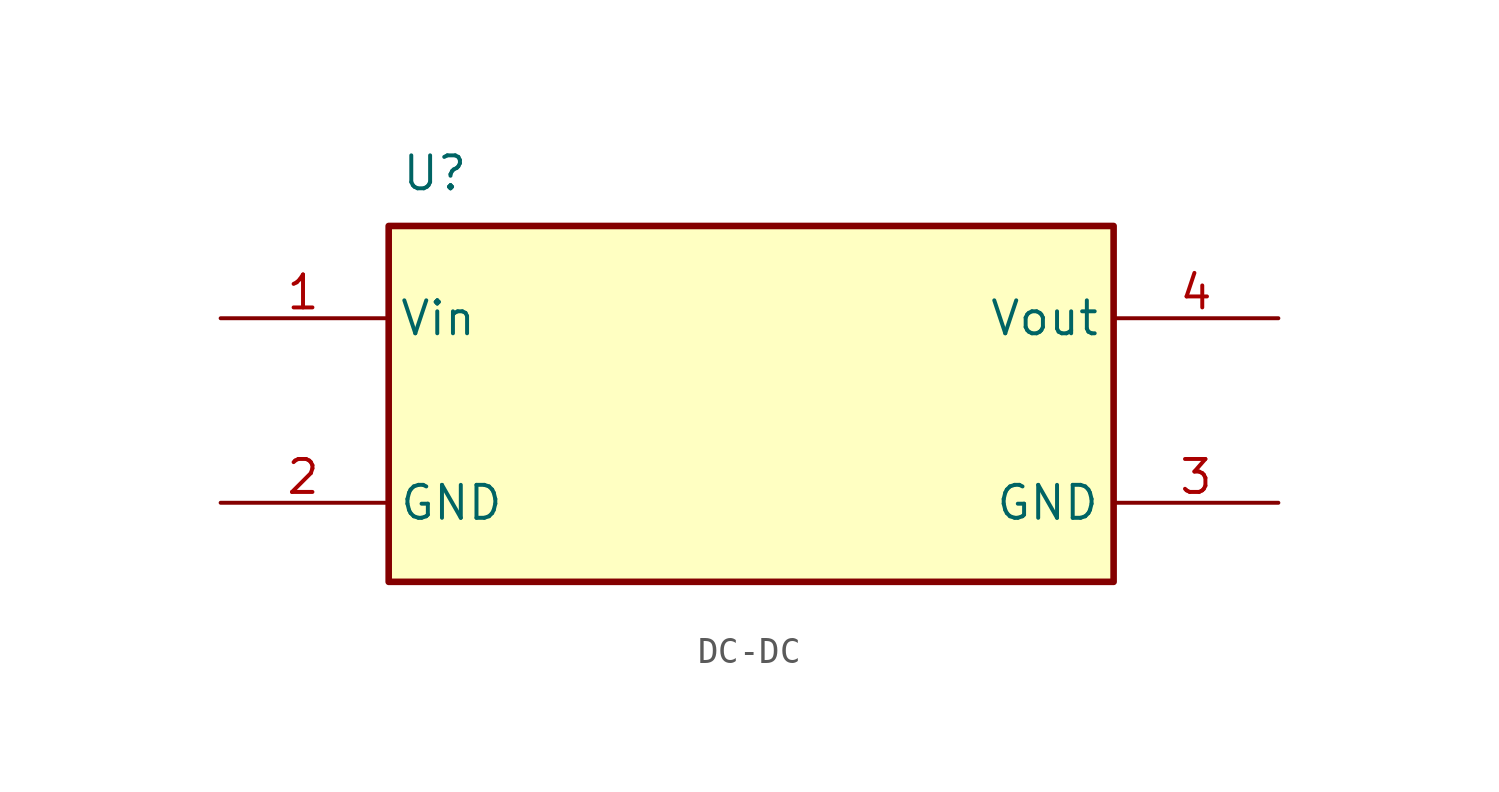
<source format=kicad_sym>
(kicad_symbol_lib
  (version 20220914)
  (generator kicad_symbol_editor)
  (symbol "DC-DC"
    (property "Reference" "U"
      (at 0 0 0)
      (effects (font (size 1.27 1.27))))
    (property "Value" ""
      (at 0 0 0)
      (effects (font (size 1.27 1.27))))
    (symbol "DC-DC_0_1"
      (rectangle (start -1.778 -2.032) (end 26.162 -15.748) (stroke (width 0.254) (type default)) (fill (type background))))
    (symbol "DC-DC_1_1"
      (pin output line (at -8.255 -5.588 0) (length 6.35) (name "Vin" (effects (font (size 1.27 1.27)))) (number "1" (effects (font (size 1.27 1.27)))))
      (pin output line (at -8.255 -12.7 0) (length 6.35) (name "GND" (effects (font (size 1.27 1.27)))) (number "2" (effects (font (size 1.27 1.27)))))
      (pin output line (at 32.512 -12.7 180) (length 6.35) (name "GND" (effects (font (size 1.27 1.27)))) (number "3" (effects (font (size 1.27 1.27)))))
      (pin output line (at 32.512 -5.588 180) (length 6.35) (name "Vout" (effects (font (size 1.27 1.27)))) (number "4" (effects (font (size 1.27 1.27))))))))
</source>
